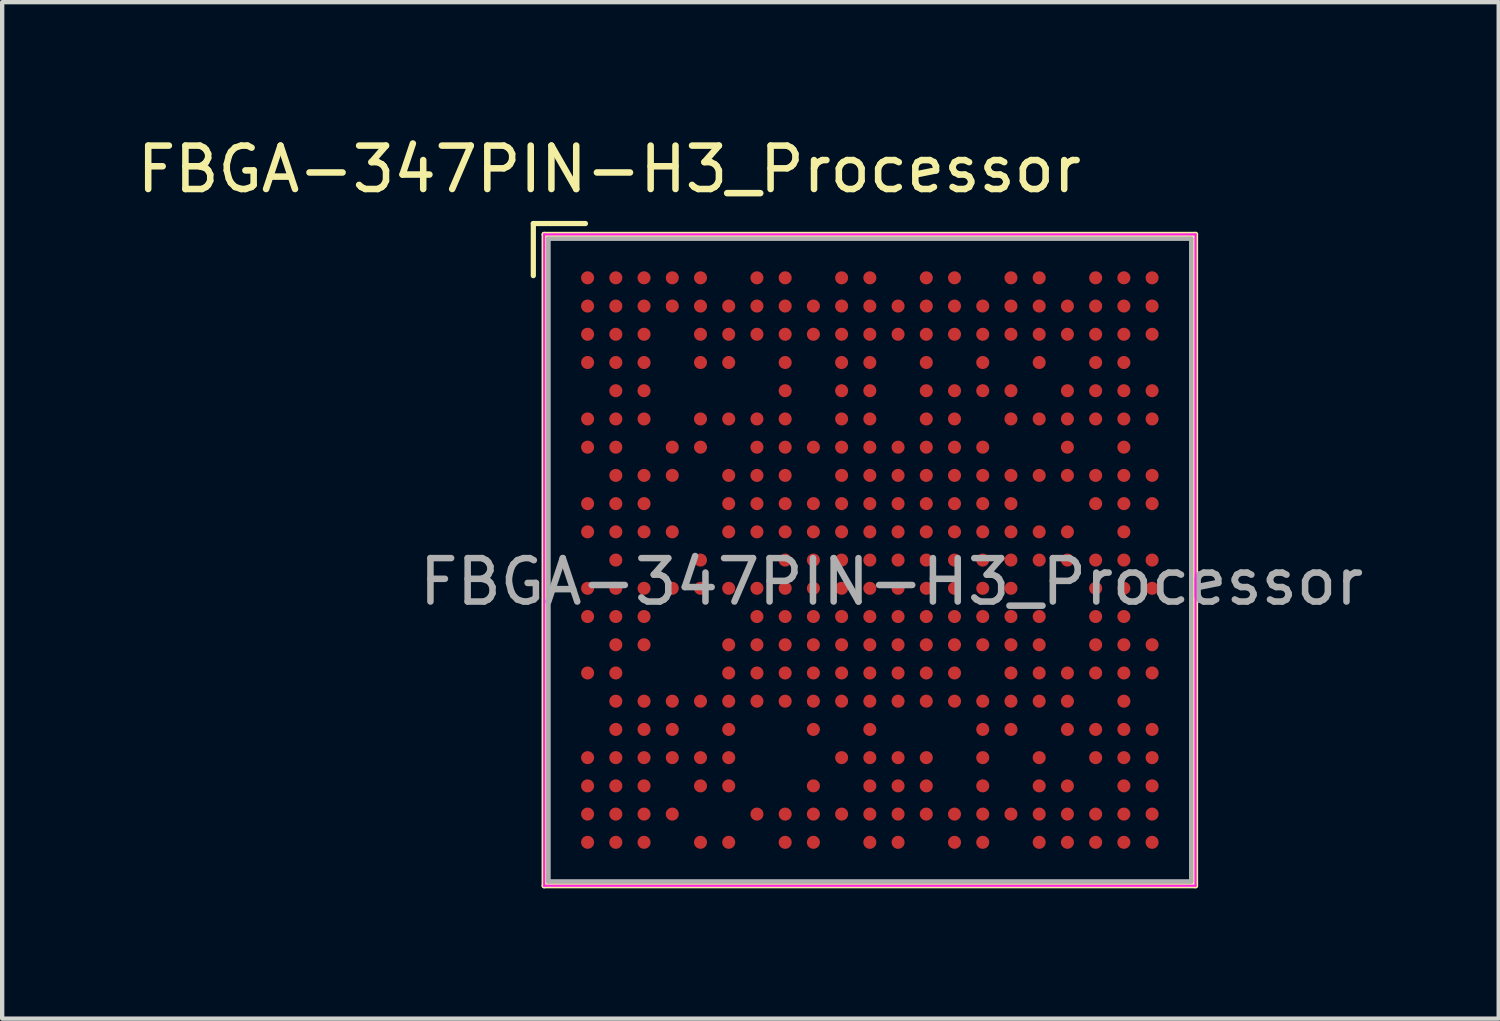
<source format=kicad_pcb>
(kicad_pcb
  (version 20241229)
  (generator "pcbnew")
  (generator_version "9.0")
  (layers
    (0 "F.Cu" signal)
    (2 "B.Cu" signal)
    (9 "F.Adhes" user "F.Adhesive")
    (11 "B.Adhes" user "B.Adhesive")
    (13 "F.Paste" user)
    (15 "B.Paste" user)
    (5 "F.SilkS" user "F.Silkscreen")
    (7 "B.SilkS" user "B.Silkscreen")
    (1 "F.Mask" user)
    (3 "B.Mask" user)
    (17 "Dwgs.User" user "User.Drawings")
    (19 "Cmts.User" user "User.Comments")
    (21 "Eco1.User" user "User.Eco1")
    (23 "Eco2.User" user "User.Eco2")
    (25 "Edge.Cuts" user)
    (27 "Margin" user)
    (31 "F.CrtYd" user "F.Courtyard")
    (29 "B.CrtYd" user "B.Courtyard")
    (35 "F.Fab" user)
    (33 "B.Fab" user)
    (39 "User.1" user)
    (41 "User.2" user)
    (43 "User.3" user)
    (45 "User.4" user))
  (footprint "FBGA-347PIN-H3_Processor"
    (layer "F.Cu")
    (at 16.982 9.848)
    (property "Reference" "FBGA-347PIN-H3_Processor" (at -6 -9 0) (unlocked yes) (layer "F.SilkS") (effects (font (size 1 1) (thickness 0.15))))
    (attr smd)
    (fp_line (start -7.75 -7.75) (end -7.75 -6.55) (stroke (width 0.12) (type solid)) (layer "F.SilkS"))
    (fp_line (start -7.5 -7.5) (end 7.5 -7.5) (stroke (width 0.12) (type solid)) (layer "F.SilkS"))
    (fp_line (start -7.5 7.5) (end -7.5 -7.5) (stroke (width 0.12) (type solid)) (layer "F.SilkS"))
    (fp_line (start -6.55 -7.75) (end -7.75 -7.75) (stroke (width 0.12) (type solid)) (layer "F.SilkS"))
    (fp_line (start 7.5 -7.5) (end 7.5 7.5) (stroke (width 0.12) (type solid)) (layer "F.SilkS"))
    (fp_line (start 7.5 7.5) (end -7.5 7.5) (stroke (width 0.12) (type solid)) (layer "F.SilkS"))
    (fp_line (start -7.5 -7.5) (end -7.5 7.5) (stroke (width 0.05) (type solid)) (layer "F.CrtYd"))
    (fp_line (start -7.5 -7.5) (end 7.5 -7.5) (stroke (width 0.05) (type solid)) (layer "F.CrtYd"))
    (fp_line (start 7.5 7.5) (end -7.5 7.5) (stroke (width 0.05) (type solid)) (layer "F.CrtYd"))
    (fp_line (start 7.5 7.5) (end 7.5 -7.5) (stroke (width 0.05) (type solid)) (layer "F.CrtYd"))
    (fp_line (start -7.4 -7.4) (end 7.4 -7.4) (stroke (width 0.1) (type solid)) (layer "F.Fab"))
    (fp_line (start -7.4 7.4) (end -7.4 -7.4) (stroke (width 0.1) (type solid)) (layer "F.Fab"))
    (fp_line (start 7.4 -7.4) (end 7.4 7.4) (stroke (width 0.1) (type solid)) (layer "F.Fab"))
    (fp_line (start 7.4 7.4) (end -7.4 7.4) (stroke (width 0.1) (type solid)) (layer "F.Fab"))
    (fp_text user "${REFERENCE}" (at 0.5 0.5 0) (layer "F.Fab") (effects (font (size 1 1) (thickness 0.15))))
    (pad "A1" smd circle (at -6.5 -6.5) (size 0.3 0.3) (layers "F.Cu" "F.Mask" "F.Paste"))
    (pad "A2" smd circle (at -5.85 -6.5) (size 0.3 0.3) (layers "F.Cu" "F.Mask" "F.Paste"))
    (pad "A3" smd circle (at -5.2 -6.5) (size 0.3 0.3) (layers "F.Cu" "F.Mask" "F.Paste"))
    (pad "A4" smd circle (at -4.55 -6.5) (size 0.3 0.3) (layers "F.Cu" "F.Mask" "F.Paste"))
    (pad "A5" smd circle (at -3.9 -6.5) (size 0.3 0.3) (layers "F.Cu" "F.Mask" "F.Paste"))
    (pad "A7" smd circle (at -2.6 -6.5) (size 0.3 0.3) (layers "F.Cu" "F.Mask" "F.Paste"))
    (pad "A8" smd circle (at -1.95 -6.5) (size 0.3 0.3) (layers "F.Cu" "F.Mask" "F.Paste"))
    (pad "A10" smd circle (at -0.65 -6.5) (size 0.3 0.3) (layers "F.Cu" "F.Mask" "F.Paste"))
    (pad "A11" smd circle (at 0 -6.5) (size 0.3 0.3) (layers "F.Cu" "F.Mask" "F.Paste"))
    (pad "A13" smd circle (at 1.3 -6.5) (size 0.3 0.3) (layers "F.Cu" "F.Mask" "F.Paste"))
    (pad "A14" smd circle (at 1.95 -6.5) (size 0.3 0.3) (layers "F.Cu" "F.Mask" "F.Paste"))
    (pad "A16" smd circle (at 3.25 -6.5) (size 0.3 0.3) (layers "F.Cu" "F.Mask" "F.Paste"))
    (pad "A17" smd circle (at 3.9 -6.5) (size 0.3 0.3) (layers "F.Cu" "F.Mask" "F.Paste"))
    (pad "A19" smd circle (at 5.2 -6.5) (size 0.3 0.3) (layers "F.Cu" "F.Mask" "F.Paste"))
    (pad "A20" smd circle (at 5.85 -6.5) (size 0.3 0.3) (layers "F.Cu" "F.Mask" "F.Paste"))
    (pad "A21" smd circle (at 6.5 -6.5) (size 0.3 0.3) (layers "F.Cu" "F.Mask" "F.Paste"))
    (pad "AA1" smd circle (at -6.5 6.5) (size 0.3 0.3) (layers "F.Cu" "F.Mask" "F.Paste"))
    (pad "AA2" smd circle (at -5.85 6.5) (size 0.3 0.3) (layers "F.Cu" "F.Mask" "F.Paste"))
    (pad "AA3" smd circle (at -5.2 6.5) (size 0.3 0.3) (layers "F.Cu" "F.Mask" "F.Paste"))
    (pad "AA5" smd circle (at -3.9 6.5) (size 0.3 0.3) (layers "F.Cu" "F.Mask" "F.Paste"))
    (pad "AA6" smd circle (at -3.25 6.5) (size 0.3 0.3) (layers "F.Cu" "F.Mask" "F.Paste"))
    (pad "AA8" smd circle (at -1.95 6.5) (size 0.3 0.3) (layers "F.Cu" "F.Mask" "F.Paste"))
    (pad "AA9" smd circle (at -1.3 6.5) (size 0.3 0.3) (layers "F.Cu" "F.Mask" "F.Paste"))
    (pad "AA11" smd circle (at 0 6.5) (size 0.3 0.3) (layers "F.Cu" "F.Mask" "F.Paste"))
    (pad "AA12" smd circle (at 0.65 6.5) (size 0.3 0.3) (layers "F.Cu" "F.Mask" "F.Paste"))
    (pad "AA14" smd circle (at 1.95 6.5) (size 0.3 0.3) (layers "F.Cu" "F.Mask" "F.Paste"))
    (pad "AA15" smd circle (at 2.6 6.5) (size 0.3 0.3) (layers "F.Cu" "F.Mask" "F.Paste"))
    (pad "AA17" smd circle (at 3.9 6.5) (size 0.3 0.3) (layers "F.Cu" "F.Mask" "F.Paste"))
    (pad "AA18" smd circle (at 4.55 6.5) (size 0.3 0.3) (layers "F.Cu" "F.Mask" "F.Paste"))
    (pad "AA19" smd circle (at 5.2 6.5) (size 0.3 0.3) (layers "F.Cu" "F.Mask" "F.Paste"))
    (pad "AA20" smd circle (at 5.85 6.5) (size 0.3 0.3) (layers "F.Cu" "F.Mask" "F.Paste"))
    (pad "AA21" smd circle (at 6.5 6.5) (size 0.3 0.3) (layers "F.Cu" "F.Mask" "F.Paste"))
    (pad "B1" smd circle (at -6.5 -5.85) (size 0.3 0.3) (layers "F.Cu" "F.Mask" "F.Paste"))
    (pad "B2" smd circle (at -5.85 -5.85) (size 0.3 0.3) (layers "F.Cu" "F.Mask" "F.Paste"))
    (pad "B3" smd circle (at -5.2 -5.85) (size 0.3 0.3) (layers "F.Cu" "F.Mask" "F.Paste"))
    (pad "B4" smd circle (at -4.55 -5.85) (size 0.3 0.3) (layers "F.Cu" "F.Mask" "F.Paste"))
    (pad "B5" smd circle (at -3.9 -5.85) (size 0.3 0.3) (layers "F.Cu" "F.Mask" "F.Paste"))
    (pad "B6" smd circle (at -3.25 -5.85) (size 0.3 0.3) (layers "F.Cu" "F.Mask" "F.Paste"))
    (pad "B7" smd circle (at -2.6 -5.85) (size 0.3 0.3) (layers "F.Cu" "F.Mask" "F.Paste"))
    (pad "B8" smd circle (at -1.95 -5.85) (size 0.3 0.3) (layers "F.Cu" "F.Mask" "F.Paste"))
    (pad "B9" smd circle (at -1.3 -5.85) (size 0.3 0.3) (layers "F.Cu" "F.Mask" "F.Paste"))
    (pad "B10" smd circle (at -0.65 -5.85) (size 0.3 0.3) (layers "F.Cu" "F.Mask" "F.Paste"))
    (pad "B11" smd circle (at 0 -5.85) (size 0.3 0.3) (layers "F.Cu" "F.Mask" "F.Paste"))
    (pad "B12" smd circle (at 0.65 -5.85) (size 0.3 0.3) (layers "F.Cu" "F.Mask" "F.Paste"))
    (pad "B13" smd circle (at 1.3 -5.85) (size 0.3 0.3) (layers "F.Cu" "F.Mask" "F.Paste"))
    (pad "B14" smd circle (at 1.95 -5.85) (size 0.3 0.3) (layers "F.Cu" "F.Mask" "F.Paste"))
    (pad "B15" smd circle (at 2.6 -5.85) (size 0.3 0.3) (layers "F.Cu" "F.Mask" "F.Paste"))
    (pad "B16" smd circle (at 3.25 -5.85) (size 0.3 0.3) (layers "F.Cu" "F.Mask" "F.Paste"))
    (pad "B17" smd circle (at 3.9 -5.85) (size 0.3 0.3) (layers "F.Cu" "F.Mask" "F.Paste"))
    (pad "B18" smd circle (at 4.55 -5.85) (size 0.3 0.3) (layers "F.Cu" "F.Mask" "F.Paste"))
    (pad "B19" smd circle (at 5.2 -5.85) (size 0.3 0.3) (layers "F.Cu" "F.Mask" "F.Paste"))
    (pad "B20" smd circle (at 5.85 -5.85) (size 0.3 0.3) (layers "F.Cu" "F.Mask" "F.Paste"))
    (pad "B21" smd circle (at 6.5 -5.85) (size 0.3 0.3) (layers "F.Cu" "F.Mask" "F.Paste"))
    (pad "C1" smd circle (at -6.5 -5.2) (size 0.3 0.3) (layers "F.Cu" "F.Mask" "F.Paste"))
    (pad "C2" smd circle (at -5.85 -5.2) (size 0.3 0.3) (layers "F.Cu" "F.Mask" "F.Paste"))
    (pad "C3" smd circle (at -5.2 -5.2) (size 0.3 0.3) (layers "F.Cu" "F.Mask" "F.Paste"))
    (pad "C5" smd circle (at -3.9 -5.2) (size 0.3 0.3) (layers "F.Cu" "F.Mask" "F.Paste"))
    (pad "C6" smd circle (at -3.25 -5.2) (size 0.3 0.3) (layers "F.Cu" "F.Mask" "F.Paste"))
    (pad "C7" smd circle (at -2.6 -5.2) (size 0.3 0.3) (layers "F.Cu" "F.Mask" "F.Paste"))
    (pad "C8" smd circle (at -1.95 -5.2) (size 0.3 0.3) (layers "F.Cu" "F.Mask" "F.Paste"))
    (pad "C9" smd circle (at -1.3 -5.2) (size 0.3 0.3) (layers "F.Cu" "F.Mask" "F.Paste"))
    (pad "C10" smd circle (at -0.65 -5.2) (size 0.3 0.3) (layers "F.Cu" "F.Mask" "F.Paste"))
    (pad "C11" smd circle (at 0 -5.2) (size 0.3 0.3) (layers "F.Cu" "F.Mask" "F.Paste"))
    (pad "C12" smd circle (at 0.65 -5.2) (size 0.3 0.3) (layers "F.Cu" "F.Mask" "F.Paste"))
    (pad "C13" smd circle (at 1.3 -5.2) (size 0.3 0.3) (layers "F.Cu" "F.Mask" "F.Paste"))
    (pad "C14" smd circle (at 1.95 -5.2) (size 0.3 0.3) (layers "F.Cu" "F.Mask" "F.Paste"))
    (pad "C15" smd circle (at 2.6 -5.2) (size 0.3 0.3) (layers "F.Cu" "F.Mask" "F.Paste"))
    (pad "C16" smd circle (at 3.25 -5.2) (size 0.3 0.3) (layers "F.Cu" "F.Mask" "F.Paste"))
    (pad "C17" smd circle (at 3.9 -5.2) (size 0.3 0.3) (layers "F.Cu" "F.Mask" "F.Paste"))
    (pad "C18" smd circle (at 4.55 -5.2) (size 0.3 0.3) (layers "F.Cu" "F.Mask" "F.Paste"))
    (pad "C19" smd circle (at 5.2 -5.2) (size 0.3 0.3) (layers "F.Cu" "F.Mask" "F.Paste"))
    (pad "C20" smd circle (at 5.85 -5.2) (size 0.3 0.3) (layers "F.Cu" "F.Mask" "F.Paste"))
    (pad "C21" smd circle (at 6.5 -5.2) (size 0.3 0.3) (layers "F.Cu" "F.Mask" "F.Paste"))
    (pad "D1" smd circle (at -6.5 -4.55) (size 0.3 0.3) (layers "F.Cu" "F.Mask" "F.Paste"))
    (pad "D2" smd circle (at -5.85 -4.55) (size 0.3 0.3) (layers "F.Cu" "F.Mask" "F.Paste"))
    (pad "D3" smd circle (at -5.2 -4.55) (size 0.3 0.3) (layers "F.Cu" "F.Mask" "F.Paste"))
    (pad "D5" smd circle (at -3.9 -4.55) (size 0.3 0.3) (layers "F.Cu" "F.Mask" "F.Paste"))
    (pad "D6" smd circle (at -3.25 -4.55) (size 0.3 0.3) (layers "F.Cu" "F.Mask" "F.Paste"))
    (pad "D8" smd circle (at -1.95 -4.55) (size 0.3 0.3) (layers "F.Cu" "F.Mask" "F.Paste"))
    (pad "D10" smd circle (at -0.65 -4.55) (size 0.3 0.3) (layers "F.Cu" "F.Mask" "F.Paste"))
    (pad "D11" smd circle (at 0 -4.55) (size 0.3 0.3) (layers "F.Cu" "F.Mask" "F.Paste"))
    (pad "D13" smd circle (at 1.3 -4.55) (size 0.3 0.3) (layers "F.Cu" "F.Mask" "F.Paste"))
    (pad "D15" smd circle (at 2.6 -4.55) (size 0.3 0.3) (layers "F.Cu" "F.Mask" "F.Paste"))
    (pad "D17" smd circle (at 3.9 -4.55) (size 0.3 0.3) (layers "F.Cu" "F.Mask" "F.Paste"))
    (pad "D19" smd circle (at 5.2 -4.55) (size 0.3 0.3) (layers "F.Cu" "F.Mask" "F.Paste"))
    (pad "D20" smd circle (at 5.85 -4.55) (size 0.3 0.3) (layers "F.Cu" "F.Mask" "F.Paste"))
    (pad "E2" smd circle (at -5.85 -3.9) (size 0.3 0.3) (layers "F.Cu" "F.Mask" "F.Paste"))
    (pad "E3" smd circle (at -5.2 -3.9) (size 0.3 0.3) (layers "F.Cu" "F.Mask" "F.Paste"))
    (pad "E8" smd circle (at -1.95 -3.9) (size 0.3 0.3) (layers "F.Cu" "F.Mask" "F.Paste"))
    (pad "E10" smd circle (at -0.65 -3.9) (size 0.3 0.3) (layers "F.Cu" "F.Mask" "F.Paste"))
    (pad "E11" smd circle (at 0 -3.9) (size 0.3 0.3) (layers "F.Cu" "F.Mask" "F.Paste"))
    (pad "E13" smd circle (at 1.3 -3.9) (size 0.3 0.3) (layers "F.Cu" "F.Mask" "F.Paste"))
    (pad "E14" smd circle (at 1.95 -3.9) (size 0.3 0.3) (layers "F.Cu" "F.Mask" "F.Paste"))
    (pad "E15" smd circle (at 2.6 -3.9) (size 0.3 0.3) (layers "F.Cu" "F.Mask" "F.Paste"))
    (pad "E16" smd circle (at 3.25 -3.9) (size 0.3 0.3) (layers "F.Cu" "F.Mask" "F.Paste"))
    (pad "E18" smd circle (at 4.55 -3.9) (size 0.3 0.3) (layers "F.Cu" "F.Mask" "F.Paste"))
    (pad "E19" smd circle (at 5.2 -3.9) (size 0.3 0.3) (layers "F.Cu" "F.Mask" "F.Paste"))
    (pad "E20" smd circle (at 5.85 -3.9) (size 0.3 0.3) (layers "F.Cu" "F.Mask" "F.Paste"))
    (pad "E21" smd circle (at 6.5 -3.9) (size 0.3 0.3) (layers "F.Cu" "F.Mask" "F.Paste"))
    (pad "F1" smd circle (at -6.5 -3.25) (size 0.3 0.3) (layers "F.Cu" "F.Mask" "F.Paste"))
    (pad "F2" smd circle (at -5.85 -3.25) (size 0.3 0.3) (layers "F.Cu" "F.Mask" "F.Paste"))
    (pad "F3" smd circle (at -5.2 -3.25) (size 0.3 0.3) (layers "F.Cu" "F.Mask" "F.Paste"))
    (pad "F5" smd circle (at -3.9 -3.25) (size 0.3 0.3) (layers "F.Cu" "F.Mask" "F.Paste"))
    (pad "F6" smd circle (at -3.25 -3.25) (size 0.3 0.3) (layers "F.Cu" "F.Mask" "F.Paste"))
    (pad "F7" smd circle (at -2.6 -3.25) (size 0.3 0.3) (layers "F.Cu" "F.Mask" "F.Paste"))
    (pad "F8" smd circle (at -1.95 -3.25) (size 0.3 0.3) (layers "F.Cu" "F.Mask" "F.Paste"))
    (pad "F10" smd circle (at -0.65 -3.25) (size 0.3 0.3) (layers "F.Cu" "F.Mask" "F.Paste"))
    (pad "F11" smd circle (at 0 -3.25) (size 0.3 0.3) (layers "F.Cu" "F.Mask" "F.Paste"))
    (pad "F13" smd circle (at 1.3 -3.25) (size 0.3 0.3) (layers "F.Cu" "F.Mask" "F.Paste"))
    (pad "F14" smd circle (at 1.95 -3.25) (size 0.3 0.3) (layers "F.Cu" "F.Mask" "F.Paste"))
    (pad "F16" smd circle (at 3.25 -3.25) (size 0.3 0.3) (layers "F.Cu" "F.Mask" "F.Paste"))
    (pad "F17" smd circle (at 3.9 -3.25) (size 0.3 0.3) (layers "F.Cu" "F.Mask" "F.Paste"))
    (pad "F18" smd circle (at 4.55 -3.25) (size 0.3 0.3) (layers "F.Cu" "F.Mask" "F.Paste"))
    (pad "F19" smd circle (at 5.2 -3.25) (size 0.3 0.3) (layers "F.Cu" "F.Mask" "F.Paste"))
    (pad "F20" smd circle (at 5.85 -3.25) (size 0.3 0.3) (layers "F.Cu" "F.Mask" "F.Paste"))
    (pad "F21" smd circle (at 6.5 -3.25) (size 0.3 0.3) (layers "F.Cu" "F.Mask" "F.Paste"))
    (pad "G1" smd circle (at -6.5 -2.6) (size 0.3 0.3) (layers "F.Cu" "F.Mask" "F.Paste"))
    (pad "G2" smd circle (at -5.85 -2.6) (size 0.3 0.3) (layers "F.Cu" "F.Mask" "F.Paste"))
    (pad "G4" smd circle (at -4.55 -2.6) (size 0.3 0.3) (layers "F.Cu" "F.Mask" "F.Paste"))
    (pad "G5" smd circle (at -3.9 -2.6) (size 0.3 0.3) (layers "F.Cu" "F.Mask" "F.Paste"))
    (pad "G7" smd circle (at -2.6 -2.6) (size 0.3 0.3) (layers "F.Cu" "F.Mask" "F.Paste"))
    (pad "G8" smd circle (at -1.95 -2.6) (size 0.3 0.3) (layers "F.Cu" "F.Mask" "F.Paste"))
    (pad "G9" smd circle (at -1.3 -2.6) (size 0.3 0.3) (layers "F.Cu" "F.Mask" "F.Paste"))
    (pad "G10" smd circle (at -0.65 -2.6) (size 0.3 0.3) (layers "F.Cu" "F.Mask" "F.Paste"))
    (pad "G11" smd circle (at 0 -2.6) (size 0.3 0.3) (layers "F.Cu" "F.Mask" "F.Paste"))
    (pad "G12" smd circle (at 0.65 -2.6) (size 0.3 0.3) (layers "F.Cu" "F.Mask" "F.Paste"))
    (pad "G13" smd circle (at 1.3 -2.6) (size 0.3 0.3) (layers "F.Cu" "F.Mask" "F.Paste"))
    (pad "G14" smd circle (at 1.95 -2.6) (size 0.3 0.3) (layers "F.Cu" "F.Mask" "F.Paste"))
    (pad "G15" smd circle (at 2.6 -2.6) (size 0.3 0.3) (layers "F.Cu" "F.Mask" "F.Paste"))
    (pad "G18" smd circle (at 4.55 -2.6) (size 0.3 0.3) (layers "F.Cu" "F.Mask" "F.Paste"))
    (pad "G20" smd circle (at 5.85 -2.6) (size 0.3 0.3) (layers "F.Cu" "F.Mask" "F.Paste"))
    (pad "H2" smd circle (at -5.85 -1.95) (size 0.3 0.3) (layers "F.Cu" "F.Mask" "F.Paste"))
    (pad "H3" smd circle (at -5.2 -1.95) (size 0.3 0.3) (layers "F.Cu" "F.Mask" "F.Paste"))
    (pad "H4" smd circle (at -4.55 -1.95) (size 0.3 0.3) (layers "F.Cu" "F.Mask" "F.Paste"))
    (pad "H6" smd circle (at -3.25 -1.95) (size 0.3 0.3) (layers "F.Cu" "F.Mask" "F.Paste"))
    (pad "H7" smd circle (at -2.6 -1.95) (size 0.3 0.3) (layers "F.Cu" "F.Mask" "F.Paste"))
    (pad "H8" smd circle (at -1.95 -1.95) (size 0.3 0.3) (layers "F.Cu" "F.Mask" "F.Paste"))
    (pad "H10" smd circle (at -0.65 -1.95) (size 0.3 0.3) (layers "F.Cu" "F.Mask" "F.Paste"))
    (pad "H11" smd circle (at 0 -1.95) (size 0.3 0.3) (layers "F.Cu" "F.Mask" "F.Paste"))
    (pad "H12" smd circle (at 0.65 -1.95) (size 0.3 0.3) (layers "F.Cu" "F.Mask" "F.Paste"))
    (pad "H13" smd circle (at 1.3 -1.95) (size 0.3 0.3) (layers "F.Cu" "F.Mask" "F.Paste"))
    (pad "H14" smd circle (at 1.95 -1.95) (size 0.3 0.3) (layers "F.Cu" "F.Mask" "F.Paste"))
    (pad "H15" smd circle (at 2.6 -1.95) (size 0.3 0.3) (layers "F.Cu" "F.Mask" "F.Paste"))
    (pad "H16" smd circle (at 3.25 -1.95) (size 0.3 0.3) (layers "F.Cu" "F.Mask" "F.Paste"))
    (pad "H17" smd circle (at 3.9 -1.95) (size 0.3 0.3) (layers "F.Cu" "F.Mask" "F.Paste"))
    (pad "H18" smd circle (at 4.55 -1.95) (size 0.3 0.3) (layers "F.Cu" "F.Mask" "F.Paste"))
    (pad "H19" smd circle (at 5.2 -1.95) (size 0.3 0.3) (layers "F.Cu" "F.Mask" "F.Paste"))
    (pad "H20" smd circle (at 5.85 -1.95) (size 0.3 0.3) (layers "F.Cu" "F.Mask" "F.Paste"))
    (pad "H21" smd circle (at 6.5 -1.95) (size 0.3 0.3) (layers "F.Cu" "F.Mask" "F.Paste"))
    (pad "J1" smd circle (at -6.5 -1.3) (size 0.3 0.3) (layers "F.Cu" "F.Mask" "F.Paste"))
    (pad "J2" smd circle (at -5.85 -1.3) (size 0.3 0.3) (layers "F.Cu" "F.Mask" "F.Paste"))
    (pad "J3" smd circle (at -5.2 -1.3) (size 0.3 0.3) (layers "F.Cu" "F.Mask" "F.Paste"))
    (pad "J6" smd circle (at -3.25 -1.3) (size 0.3 0.3) (layers "F.Cu" "F.Mask" "F.Paste"))
    (pad "J7" smd circle (at -2.6 -1.3) (size 0.3 0.3) (layers "F.Cu" "F.Mask" "F.Paste"))
    (pad "J8" smd circle (at -1.95 -1.3) (size 0.3 0.3) (layers "F.Cu" "F.Mask" "F.Paste"))
    (pad "J9" smd circle (at -1.3 -1.3) (size 0.3 0.3) (layers "F.Cu" "F.Mask" "F.Paste"))
    (pad "J10" smd circle (at -0.65 -1.3) (size 0.3 0.3) (layers "F.Cu" "F.Mask" "F.Paste"))
    (pad "J11" smd circle (at 0 -1.3) (size 0.3 0.3) (layers "F.Cu" "F.Mask" "F.Paste"))
    (pad "J12" smd circle (at 0.65 -1.3) (size 0.3 0.3) (layers "F.Cu" "F.Mask" "F.Paste"))
    (pad "J13" smd circle (at 1.3 -1.3) (size 0.3 0.3) (layers "F.Cu" "F.Mask" "F.Paste"))
    (pad "J14" smd circle (at 1.95 -1.3) (size 0.3 0.3) (layers "F.Cu" "F.Mask" "F.Paste"))
    (pad "J15" smd circle (at 2.6 -1.3) (size 0.3 0.3) (layers "F.Cu" "F.Mask" "F.Paste"))
    (pad "J16" smd circle (at 3.25 -1.3) (size 0.3 0.3) (layers "F.Cu" "F.Mask" "F.Paste"))
    (pad "J19" smd circle (at 5.2 -1.3) (size 0.3 0.3) (layers "F.Cu" "F.Mask" "F.Paste"))
    (pad "J20" smd circle (at 5.85 -1.3) (size 0.3 0.3) (layers "F.Cu" "F.Mask" "F.Paste"))
    (pad "J21" smd circle (at 6.5 -1.3) (size 0.3 0.3) (layers "F.Cu" "F.Mask" "F.Paste"))
    (pad "K1" smd circle (at -6.5 -0.65) (size 0.3 0.3) (layers "F.Cu" "F.Mask" "F.Paste"))
    (pad "K2" smd circle (at -5.85 -0.65) (size 0.3 0.3) (layers "F.Cu" "F.Mask" "F.Paste"))
    (pad "K3" smd circle (at -5.2 -0.65) (size 0.3 0.3) (layers "F.Cu" "F.Mask" "F.Paste"))
    (pad "K4" smd circle (at -4.55 -0.65) (size 0.3 0.3) (layers "F.Cu" "F.Mask" "F.Paste"))
    (pad "K6" smd circle (at -3.25 -0.65) (size 0.3 0.3) (layers "F.Cu" "F.Mask" "F.Paste"))
    (pad "K7" smd circle (at -2.6 -0.65) (size 0.3 0.3) (layers "F.Cu" "F.Mask" "F.Paste"))
    (pad "K8" smd circle (at -1.95 -0.65) (size 0.3 0.3) (layers "F.Cu" "F.Mask" "F.Paste"))
    (pad "K9" smd circle (at -1.3 -0.65) (size 0.3 0.3) (layers "F.Cu" "F.Mask" "F.Paste"))
    (pad "K10" smd circle (at -0.65 -0.65) (size 0.3 0.3) (layers "F.Cu" "F.Mask" "F.Paste"))
    (pad "K11" smd circle (at 0 -0.65) (size 0.3 0.3) (layers "F.Cu" "F.Mask" "F.Paste"))
    (pad "K12" smd circle (at 0.65 -0.65) (size 0.3 0.3) (layers "F.Cu" "F.Mask" "F.Paste"))
    (pad "K13" smd circle (at 1.3 -0.65) (size 0.3 0.3) (layers "F.Cu" "F.Mask" "F.Paste"))
    (pad "K14" smd circle (at 1.95 -0.65) (size 0.3 0.3) (layers "F.Cu" "F.Mask" "F.Paste"))
    (pad "K15" smd circle (at 2.6 -0.65) (size 0.3 0.3) (layers "F.Cu" "F.Mask" "F.Paste"))
    (pad "K16" smd circle (at 3.25 -0.65) (size 0.3 0.3) (layers "F.Cu" "F.Mask" "F.Paste"))
    (pad "K17" smd circle (at 3.9 -0.65) (size 0.3 0.3) (layers "F.Cu" "F.Mask" "F.Paste"))
    (pad "K18" smd circle (at 4.55 -0.65) (size 0.3 0.3) (layers "F.Cu" "F.Mask" "F.Paste"))
    (pad "K20" smd circle (at 5.85 -0.65) (size 0.3 0.3) (layers "F.Cu" "F.Mask" "F.Paste"))
    (pad "L2" smd circle (at -5.85 0) (size 0.3 0.3) (layers "F.Cu" "F.Mask" "F.Paste"))
    (pad "L5" smd circle (at -3.9 0) (size 0.3 0.3) (layers "F.Cu" "F.Mask" "F.Paste"))
    (pad "L8" smd circle (at -1.95 0) (size 0.3 0.3) (layers "F.Cu" "F.Mask" "F.Paste"))
    (pad "L9" smd circle (at -1.3 0) (size 0.3 0.3) (layers "F.Cu" "F.Mask" "F.Paste"))
    (pad "L10" smd circle (at -0.65 0) (size 0.3 0.3) (layers "F.Cu" "F.Mask" "F.Paste"))
    (pad "L11" smd circle (at 0 0) (size 0.3 0.3) (layers "F.Cu" "F.Mask" "F.Paste"))
    (pad "L12" smd circle (at 0.65 0) (size 0.3 0.3) (layers "F.Cu" "F.Mask" "F.Paste"))
    (pad "L13" smd circle (at 1.3 0) (size 0.3 0.3) (layers "F.Cu" "F.Mask" "F.Paste"))
    (pad "L14" smd circle (at 1.95 0) (size 0.3 0.3) (layers "F.Cu" "F.Mask" "F.Paste"))
    (pad "L15" smd circle (at 2.6 0) (size 0.3 0.3) (layers "F.Cu" "F.Mask" "F.Paste"))
    (pad "L16" smd circle (at 3.25 0) (size 0.3 0.3) (layers "F.Cu" "F.Mask" "F.Paste"))
    (pad "L17" smd circle (at 3.9 0) (size 0.3 0.3) (layers "F.Cu" "F.Mask" "F.Paste"))
    (pad "L18" smd circle (at 4.55 0) (size 0.3 0.3) (layers "F.Cu" "F.Mask" "F.Paste"))
    (pad "L19" smd circle (at 5.2 0) (size 0.3 0.3) (layers "F.Cu" "F.Mask" "F.Paste"))
    (pad "L20" smd circle (at 5.85 0) (size 0.3 0.3) (layers "F.Cu" "F.Mask" "F.Paste"))
    (pad "L21" smd circle (at 6.5 0) (size 0.3 0.3) (layers "F.Cu" "F.Mask" "F.Paste"))
    (pad "M1" smd circle (at -6.5 0.65) (size 0.3 0.3) (layers "F.Cu" "F.Mask" "F.Paste"))
    (pad "M2" smd circle (at -5.85 0.65) (size 0.3 0.3) (layers "F.Cu" "F.Mask" "F.Paste"))
    (pad "M3" smd circle (at -5.2 0.65) (size 0.3 0.3) (layers "F.Cu" "F.Mask" "F.Paste"))
    (pad "M4" smd circle (at -4.55 0.65) (size 0.3 0.3) (layers "F.Cu" "F.Mask" "F.Paste"))
    (pad "M5" smd circle (at -3.9 0.65) (size 0.3 0.3) (layers "F.Cu" "F.Mask" "F.Paste"))
    (pad "M6" smd circle (at -3.25 0.65) (size 0.3 0.3) (layers "F.Cu" "F.Mask" "F.Paste"))
    (pad "M7" smd circle (at -2.6 0.65) (size 0.3 0.3) (layers "F.Cu" "F.Mask" "F.Paste"))
    (pad "M8" smd circle (at -1.95 0.65) (size 0.3 0.3) (layers "F.Cu" "F.Mask" "F.Paste"))
    (pad "M9" smd circle (at -1.3 0.65) (size 0.3 0.3) (layers "F.Cu" "F.Mask" "F.Paste"))
    (pad "M10" smd circle (at -0.65 0.65) (size 0.3 0.3) (layers "F.Cu" "F.Mask" "F.Paste"))
    (pad "M11" smd circle (at 0 0.65) (size 0.3 0.3) (layers "F.Cu" "F.Mask" "F.Paste"))
    (pad "M12" smd circle (at 0.65 0.65) (size 0.3 0.3) (layers "F.Cu" "F.Mask" "F.Paste"))
    (pad "M13" smd circle (at 1.3 0.65) (size 0.3 0.3) (layers "F.Cu" "F.Mask" "F.Paste"))
    (pad "M14" smd circle (at 1.95 0.65) (size 0.3 0.3) (layers "F.Cu" "F.Mask" "F.Paste"))
    (pad "M15" smd circle (at 2.6 0.65) (size 0.3 0.3) (layers "F.Cu" "F.Mask" "F.Paste"))
    (pad "M16" smd circle (at 3.25 0.65) (size 0.3 0.3) (layers "F.Cu" "F.Mask" "F.Paste"))
    (pad "M19" smd circle (at 5.2 0.65) (size 0.3 0.3) (layers "F.Cu" "F.Mask" "F.Paste"))
    (pad "M20" smd circle (at 5.85 0.65) (size 0.3 0.3) (layers "F.Cu" "F.Mask" "F.Paste"))
    (pad "M21" smd circle (at 6.5 0.65) (size 0.3 0.3) (layers "F.Cu" "F.Mask" "F.Paste"))
    (pad "N1" smd circle (at -6.5 1.3) (size 0.3 0.3) (layers "F.Cu" "F.Mask" "F.Paste"))
    (pad "N2" smd circle (at -5.85 1.3) (size 0.3 0.3) (layers "F.Cu" "F.Mask" "F.Paste"))
    (pad "N3" smd circle (at -5.2 1.3) (size 0.3 0.3) (layers "F.Cu" "F.Mask" "F.Paste"))
    (pad "N7" smd circle (at -2.6 1.3) (size 0.3 0.3) (layers "F.Cu" "F.Mask" "F.Paste"))
    (pad "N8" smd circle (at -1.95 1.3) (size 0.3 0.3) (layers "F.Cu" "F.Mask" "F.Paste"))
    (pad "N9" smd circle (at -1.3 1.3) (size 0.3 0.3) (layers "F.Cu" "F.Mask" "F.Paste"))
    (pad "N10" smd circle (at -0.65 1.3) (size 0.3 0.3) (layers "F.Cu" "F.Mask" "F.Paste"))
    (pad "N11" smd circle (at 0 1.3) (size 0.3 0.3) (layers "F.Cu" "F.Mask" "F.Paste"))
    (pad "N12" smd circle (at 0.65 1.3) (size 0.3 0.3) (layers "F.Cu" "F.Mask" "F.Paste"))
    (pad "N13" smd circle (at 1.3 1.3) (size 0.3 0.3) (layers "F.Cu" "F.Mask" "F.Paste"))
    (pad "N14" smd circle (at 1.95 1.3) (size 0.3 0.3) (layers "F.Cu" "F.Mask" "F.Paste"))
    (pad "N15" smd circle (at 2.6 1.3) (size 0.3 0.3) (layers "F.Cu" "F.Mask" "F.Paste"))
    (pad "N16" smd circle (at 3.25 1.3) (size 0.3 0.3) (layers "F.Cu" "F.Mask" "F.Paste"))
    (pad "N17" smd circle (at 3.9 1.3) (size 0.3 0.3) (layers "F.Cu" "F.Mask" "F.Paste"))
    (pad "N19" smd circle (at 5.2 1.3) (size 0.3 0.3) (layers "F.Cu" "F.Mask" "F.Paste"))
    (pad "N20" smd circle (at 5.85 1.3) (size 0.3 0.3) (layers "F.Cu" "F.Mask" "F.Paste"))
    (pad "P2" smd circle (at -5.85 1.95) (size 0.3 0.3) (layers "F.Cu" "F.Mask" "F.Paste"))
    (pad "P3" smd circle (at -5.2 1.95) (size 0.3 0.3) (layers "F.Cu" "F.Mask" "F.Paste"))
    (pad "P6" smd circle (at -3.25 1.95) (size 0.3 0.3) (layers "F.Cu" "F.Mask" "F.Paste"))
    (pad "P7" smd circle (at -2.6 1.95) (size 0.3 0.3) (layers "F.Cu" "F.Mask" "F.Paste"))
    (pad "P8" smd circle (at -1.95 1.95) (size 0.3 0.3) (layers "F.Cu" "F.Mask" "F.Paste"))
    (pad "P9" smd circle (at -1.3 1.95) (size 0.3 0.3) (layers "F.Cu" "F.Mask" "F.Paste"))
    (pad "P10" smd circle (at -0.65 1.95) (size 0.3 0.3) (layers "F.Cu" "F.Mask" "F.Paste"))
    (pad "P11" smd circle (at 0 1.95) (size 0.3 0.3) (layers "F.Cu" "F.Mask" "F.Paste"))
    (pad "P12" smd circle (at 0.65 1.95) (size 0.3 0.3) (layers "F.Cu" "F.Mask" "F.Paste"))
    (pad "P13" smd circle (at 1.3 1.95) (size 0.3 0.3) (layers "F.Cu" "F.Mask" "F.Paste"))
    (pad "P14" smd circle (at 1.95 1.95) (size 0.3 0.3) (layers "F.Cu" "F.Mask" "F.Paste"))
    (pad "P15" smd circle (at 2.6 1.95) (size 0.3 0.3) (layers "F.Cu" "F.Mask" "F.Paste"))
    (pad "P16" smd circle (at 3.25 1.95) (size 0.3 0.3) (layers "F.Cu" "F.Mask" "F.Paste"))
    (pad "P17" smd circle (at 3.9 1.95) (size 0.3 0.3) (layers "F.Cu" "F.Mask" "F.Paste"))
    (pad "P19" smd circle (at 5.2 1.95) (size 0.3 0.3) (layers "F.Cu" "F.Mask" "F.Paste"))
    (pad "P20" smd circle (at 5.85 1.95) (size 0.3 0.3) (layers "F.Cu" "F.Mask" "F.Paste"))
    (pad "P21" smd circle (at 6.5 1.95) (size 0.3 0.3) (layers "F.Cu" "F.Mask" "F.Paste"))
    (pad "R1" smd circle (at -6.5 2.6) (size 0.3 0.3) (layers "F.Cu" "F.Mask" "F.Paste"))
    (pad "R2" smd circle (at -5.85 2.6) (size 0.3 0.3) (layers "F.Cu" "F.Mask" "F.Paste"))
    (pad "R6" smd circle (at -3.25 2.6) (size 0.3 0.3) (layers "F.Cu" "F.Mask" "F.Paste"))
    (pad "R7" smd circle (at -2.6 2.6) (size 0.3 0.3) (layers "F.Cu" "F.Mask" "F.Paste"))
    (pad "R8" smd circle (at -1.95 2.6) (size 0.3 0.3) (layers "F.Cu" "F.Mask" "F.Paste"))
    (pad "R9" smd circle (at -1.3 2.6) (size 0.3 0.3) (layers "F.Cu" "F.Mask" "F.Paste"))
    (pad "R10" smd circle (at -0.65 2.6) (size 0.3 0.3) (layers "F.Cu" "F.Mask" "F.Paste"))
    (pad "R11" smd circle (at 0 2.6) (size 0.3 0.3) (layers "F.Cu" "F.Mask" "F.Paste"))
    (pad "R12" smd circle (at 0.65 2.6) (size 0.3 0.3) (layers "F.Cu" "F.Mask" "F.Paste"))
    (pad "R13" smd circle (at 1.3 2.6) (size 0.3 0.3) (layers "F.Cu" "F.Mask" "F.Paste"))
    (pad "R14" smd circle (at 1.95 2.6) (size 0.3 0.3) (layers "F.Cu" "F.Mask" "F.Paste"))
    (pad "R16" smd circle (at 3.25 2.6) (size 0.3 0.3) (layers "F.Cu" "F.Mask" "F.Paste"))
    (pad "R17" smd circle (at 3.9 2.6) (size 0.3 0.3) (layers "F.Cu" "F.Mask" "F.Paste"))
    (pad "R18" smd circle (at 4.55 2.6) (size 0.3 0.3) (layers "F.Cu" "F.Mask" "F.Paste"))
    (pad "R19" smd circle (at 5.2 2.6) (size 0.3 0.3) (layers "F.Cu" "F.Mask" "F.Paste"))
    (pad "R20" smd circle (at 5.85 2.6) (size 0.3 0.3) (layers "F.Cu" "F.Mask" "F.Paste"))
    (pad "R21" smd circle (at 6.5 2.6) (size 0.3 0.3) (layers "F.Cu" "F.Mask" "F.Paste"))
    (pad "T2" smd circle (at -5.85 3.25) (size 0.3 0.3) (layers "F.Cu" "F.Mask" "F.Paste"))
    (pad "T3" smd circle (at -5.2 3.25) (size 0.3 0.3) (layers "F.Cu" "F.Mask" "F.Paste"))
    (pad "T4" smd circle (at -4.55 3.25) (size 0.3 0.3) (layers "F.Cu" "F.Mask" "F.Paste"))
    (pad "T5" smd circle (at -3.9 3.25) (size 0.3 0.3) (layers "F.Cu" "F.Mask" "F.Paste"))
    (pad "T6" smd circle (at -3.25 3.25) (size 0.3 0.3) (layers "F.Cu" "F.Mask" "F.Paste"))
    (pad "T7" smd circle (at -2.6 3.25) (size 0.3 0.3) (layers "F.Cu" "F.Mask" "F.Paste"))
    (pad "T8" smd circle (at -1.95 3.25) (size 0.3 0.3) (layers "F.Cu" "F.Mask" "F.Paste"))
    (pad "T9" smd circle (at -1.3 3.25) (size 0.3 0.3) (layers "F.Cu" "F.Mask" "F.Paste"))
    (pad "T10" smd circle (at -0.65 3.25) (size 0.3 0.3) (layers "F.Cu" "F.Mask" "F.Paste"))
    (pad "T11" smd circle (at 0 3.25) (size 0.3 0.3) (layers "F.Cu" "F.Mask" "F.Paste"))
    (pad "T12" smd circle (at 0.65 3.25) (size 0.3 0.3) (layers "F.Cu" "F.Mask" "F.Paste"))
    (pad "T13" smd circle (at 1.3 3.25) (size 0.3 0.3) (layers "F.Cu" "F.Mask" "F.Paste"))
    (pad "T14" smd circle (at 1.95 3.25) (size 0.3 0.3) (layers "F.Cu" "F.Mask" "F.Paste"))
    (pad "T15" smd circle (at 2.6 3.25) (size 0.3 0.3) (layers "F.Cu" "F.Mask" "F.Paste"))
    (pad "T16" smd circle (at 3.25 3.25) (size 0.3 0.3) (layers "F.Cu" "F.Mask" "F.Paste"))
    (pad "T17" smd circle (at 3.9 3.25) (size 0.3 0.3) (layers "F.Cu" "F.Mask" "F.Paste"))
    (pad "T18" smd circle (at 4.55 3.25) (size 0.3 0.3) (layers "F.Cu" "F.Mask" "F.Paste"))
    (pad "T20" smd circle (at 5.85 3.25) (size 0.3 0.3) (layers "F.Cu" "F.Mask" "F.Paste"))
    (pad "U2" smd circle (at -5.85 3.9) (size 0.3 0.3) (layers "F.Cu" "F.Mask" "F.Paste"))
    (pad "U3" smd circle (at -5.2 3.9) (size 0.3 0.3) (layers "F.Cu" "F.Mask" "F.Paste"))
    (pad "U4" smd circle (at -4.55 3.9) (size 0.3 0.3) (layers "F.Cu" "F.Mask" "F.Paste"))
    (pad "U6" smd circle (at -3.25 3.9) (size 0.3 0.3) (layers "F.Cu" "F.Mask" "F.Paste"))
    (pad "U9" smd circle (at -1.3 3.9) (size 0.3 0.3) (layers "F.Cu" "F.Mask" "F.Paste"))
    (pad "U11" smd circle (at 0 3.9) (size 0.3 0.3) (layers "F.Cu" "F.Mask" "F.Paste"))
    (pad "U15" smd circle (at 2.6 3.9) (size 0.3 0.3) (layers "F.Cu" "F.Mask" "F.Paste"))
    (pad "U16" smd circle (at 3.25 3.9) (size 0.3 0.3) (layers "F.Cu" "F.Mask" "F.Paste"))
    (pad "U18" smd circle (at 4.55 3.9) (size 0.3 0.3) (layers "F.Cu" "F.Mask" "F.Paste"))
    (pad "U19" smd circle (at 5.2 3.9) (size 0.3 0.3) (layers "F.Cu" "F.Mask" "F.Paste"))
    (pad "U20" smd circle (at 5.85 3.9) (size 0.3 0.3) (layers "F.Cu" "F.Mask" "F.Paste"))
    (pad "U21" smd circle (at 6.5 3.9) (size 0.3 0.3) (layers "F.Cu" "F.Mask" "F.Paste"))
    (pad "V1" smd circle (at -6.5 4.55) (size 0.3 0.3) (layers "F.Cu" "F.Mask" "F.Paste"))
    (pad "V2" smd circle (at -5.85 4.55) (size 0.3 0.3) (layers "F.Cu" "F.Mask" "F.Paste"))
    (pad "V3" smd circle (at -5.2 4.55) (size 0.3 0.3) (layers "F.Cu" "F.Mask" "F.Paste"))
    (pad "V4" smd circle (at -4.55 4.55) (size 0.3 0.3) (layers "F.Cu" "F.Mask" "F.Paste"))
    (pad "V5" smd circle (at -3.9 4.55) (size 0.3 0.3) (layers "F.Cu" "F.Mask" "F.Paste"))
    (pad "V6" smd circle (at -3.25 4.55) (size 0.3 0.3) (layers "F.Cu" "F.Mask" "F.Paste"))
    (pad "V10" smd circle (at -0.65 4.55) (size 0.3 0.3) (layers "F.Cu" "F.Mask" "F.Paste"))
    (pad "V11" smd circle (at 0 4.55) (size 0.3 0.3) (layers "F.Cu" "F.Mask" "F.Paste"))
    (pad "V12" smd circle (at 0.65 4.55) (size 0.3 0.3) (layers "F.Cu" "F.Mask" "F.Paste"))
    (pad "V13" smd circle (at 1.3 4.55) (size 0.3 0.3) (layers "F.Cu" "F.Mask" "F.Paste"))
    (pad "V15" smd circle (at 2.6 4.55) (size 0.3 0.3) (layers "F.Cu" "F.Mask" "F.Paste"))
    (pad "V17" smd circle (at 3.9 4.55) (size 0.3 0.3) (layers "F.Cu" "F.Mask" "F.Paste"))
    (pad "V19" smd circle (at 5.2 4.55) (size 0.3 0.3) (layers "F.Cu" "F.Mask" "F.Paste"))
    (pad "V20" smd circle (at 5.85 4.55) (size 0.3 0.3) (layers "F.Cu" "F.Mask" "F.Paste"))
    (pad "V21" smd circle (at 6.5 4.55) (size 0.3 0.3) (layers "F.Cu" "F.Mask" "F.Paste"))
    (pad "W1" smd circle (at -6.5 5.2) (size 0.3 0.3) (layers "F.Cu" "F.Mask" "F.Paste"))
    (pad "W2" smd circle (at -5.85 5.2) (size 0.3 0.3) (layers "F.Cu" "F.Mask" "F.Paste"))
    (pad "W3" smd circle (at -5.2 5.2) (size 0.3 0.3) (layers "F.Cu" "F.Mask" "F.Paste"))
    (pad "W5" smd circle (at -3.9 5.2) (size 0.3 0.3) (layers "F.Cu" "F.Mask" "F.Paste"))
    (pad "W6" smd circle (at -3.25 5.2) (size 0.3 0.3) (layers "F.Cu" "F.Mask" "F.Paste"))
    (pad "W9" smd circle (at -1.3 5.2) (size 0.3 0.3) (layers "F.Cu" "F.Mask" "F.Paste"))
    (pad "W11" smd circle (at 0 5.2) (size 0.3 0.3) (layers "F.Cu" "F.Mask" "F.Paste"))
    (pad "W12" smd circle (at 0.65 5.2) (size 0.3 0.3) (layers "F.Cu" "F.Mask" "F.Paste"))
    (pad "W13" smd circle (at 1.3 5.2) (size 0.3 0.3) (layers "F.Cu" "F.Mask" "F.Paste"))
    (pad "W15" smd circle (at 2.6 5.2) (size 0.3 0.3) (layers "F.Cu" "F.Mask" "F.Paste"))
    (pad "W17" smd circle (at 3.9 5.2) (size 0.3 0.3) (layers "F.Cu" "F.Mask" "F.Paste"))
    (pad "W18" smd circle (at 4.55 5.2) (size 0.3 0.3) (layers "F.Cu" "F.Mask" "F.Paste"))
    (pad "W20" smd circle (at 5.85 5.2) (size 0.3 0.3) (layers "F.Cu" "F.Mask" "F.Paste"))
    (pad "W21" smd circle (at 6.5 5.2) (size 0.3 0.3) (layers "F.Cu" "F.Mask" "F.Paste"))
    (pad "Y1" smd circle (at -6.5 5.85) (size 0.3 0.3) (layers "F.Cu" "F.Mask" "F.Paste"))
    (pad "Y2" smd circle (at -5.85 5.85) (size 0.3 0.3) (layers "F.Cu" "F.Mask" "F.Paste"))
    (pad "Y3" smd circle (at -5.2 5.85) (size 0.3 0.3) (layers "F.Cu" "F.Mask" "F.Paste"))
    (pad "Y4" smd circle (at -4.55 5.85) (size 0.3 0.3) (layers "F.Cu" "F.Mask" "F.Paste"))
    (pad "Y7" smd circle (at -2.6 5.85) (size 0.3 0.3) (layers "F.Cu" "F.Mask" "F.Paste"))
    (pad "Y8" smd circle (at -1.95 5.85) (size 0.3 0.3) (layers "F.Cu" "F.Mask" "F.Paste"))
    (pad "Y9" smd circle (at -1.3 5.85) (size 0.3 0.3) (layers "F.Cu" "F.Mask" "F.Paste"))
    (pad "Y10" smd circle (at -0.65 5.85) (size 0.3 0.3) (layers "F.Cu" "F.Mask" "F.Paste"))
    (pad "Y11" smd circle (at 0 5.85) (size 0.3 0.3) (layers "F.Cu" "F.Mask" "F.Paste"))
    (pad "Y12" smd circle (at 0.65 5.85) (size 0.3 0.3) (layers "F.Cu" "F.Mask" "F.Paste"))
    (pad "Y13" smd circle (at 1.3 5.85) (size 0.3 0.3) (layers "F.Cu" "F.Mask" "F.Paste"))
    (pad "Y14" smd circle (at 1.95 5.85) (size 0.3 0.3) (layers "F.Cu" "F.Mask" "F.Paste"))
    (pad "Y15" smd circle (at 2.6 5.85) (size 0.3 0.3) (layers "F.Cu" "F.Mask" "F.Paste"))
    (pad "Y16" smd circle (at 3.25 5.85) (size 0.3 0.3) (layers "F.Cu" "F.Mask" "F.Paste"))
    (pad "Y17" smd circle (at 3.9 5.85) (size 0.3 0.3) (layers "F.Cu" "F.Mask" "F.Paste"))
    (pad "Y18" smd circle (at 4.55 5.85) (size 0.3 0.3) (layers "F.Cu" "F.Mask" "F.Paste"))
    (pad "Y19" smd circle (at 5.2 5.85) (size 0.3 0.3) (layers "F.Cu" "F.Mask" "F.Paste"))
    (pad "Y20" smd circle (at 5.85 5.85) (size 0.3 0.3) (layers "F.Cu" "F.Mask" "F.Paste"))
    (pad "Y21" smd circle (at 6.5 5.85) (size 0.3 0.3) (layers "F.Cu" "F.Mask" "F.Paste")))
  (gr_rect
    (start -3 -3)
    (end 31.464 20.408)
    (stroke (width 0.1) (type default))
    (fill no)
    (layer "Edge.Cuts")))
</source>
